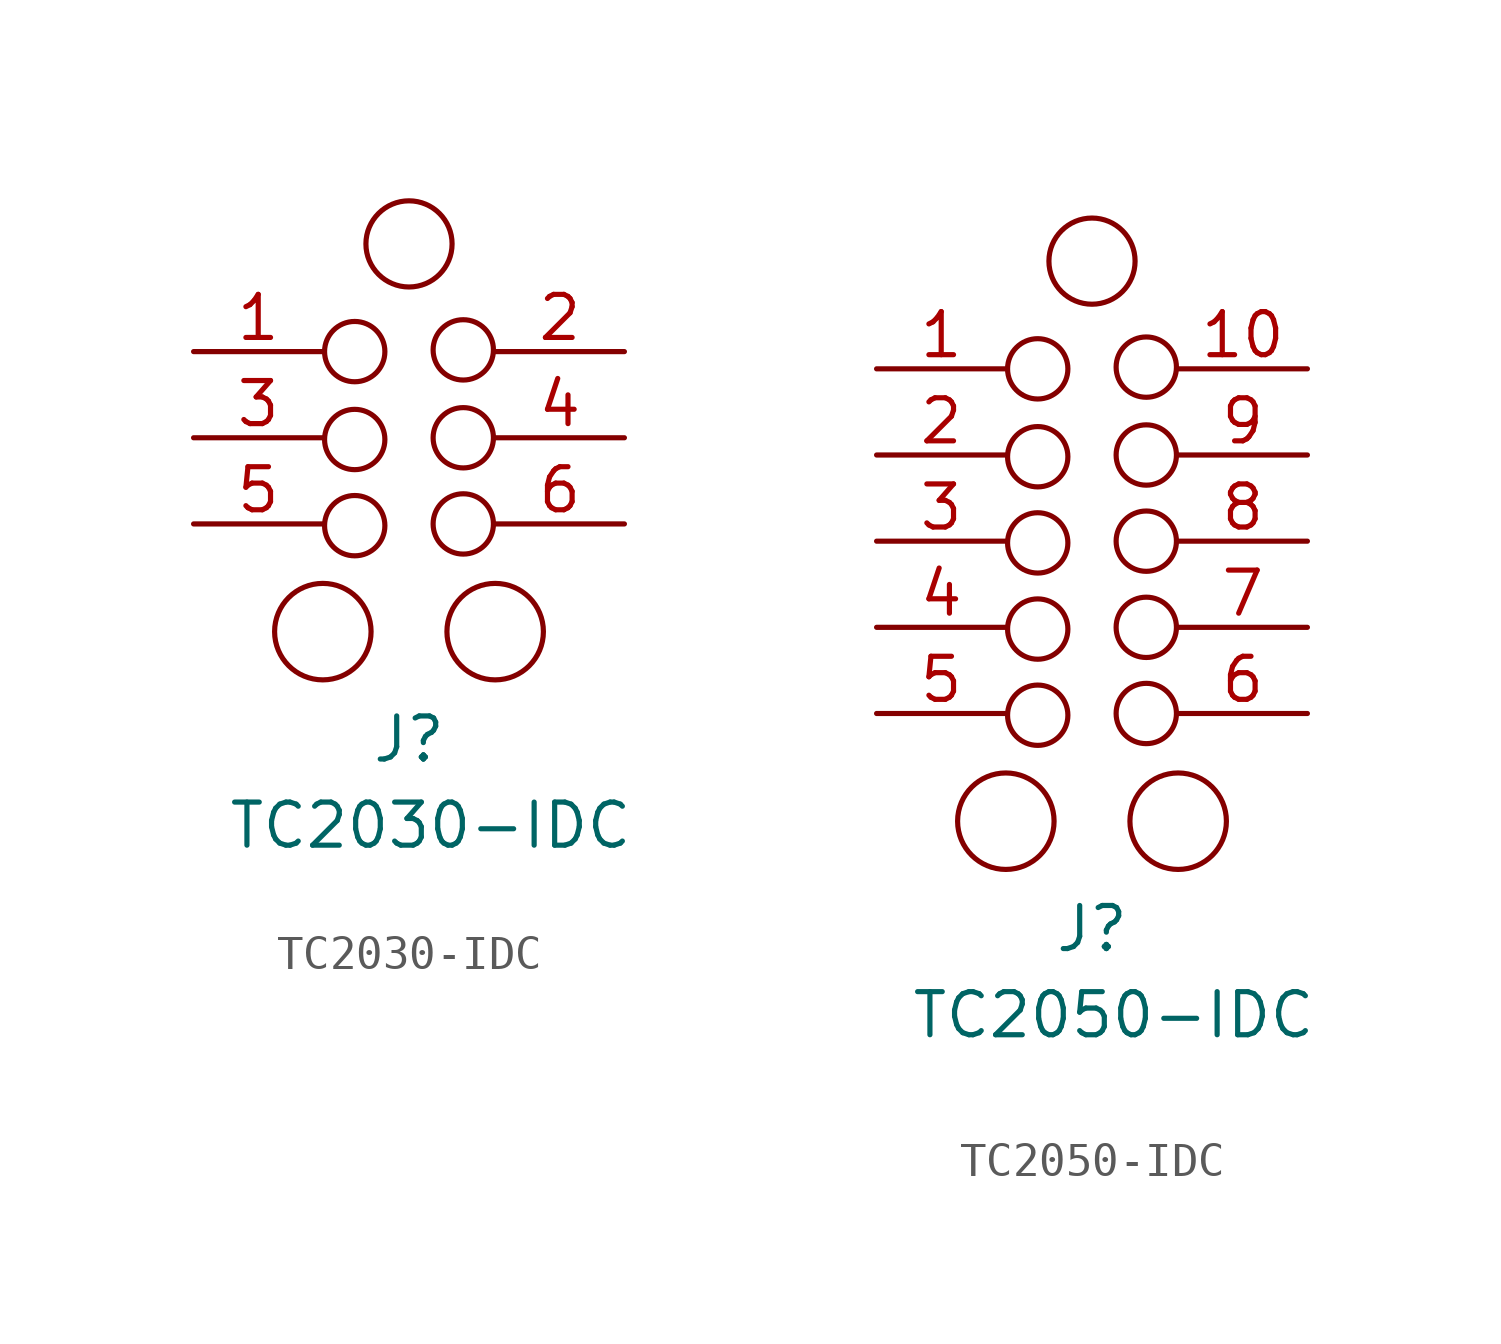
<source format=kicad_sym>
(kicad_symbol_lib
  (version 20211014)
  (generator kicad_symbol_editor)
  (symbol "TC2030-IDC"
    (pin_names
      (offset 1.016) hide)
    (property "Reference" "J"
      (at 0 -8.89 0)
      (effects (font (size 1.27 1.27))))
    (property "Value" "TC2030-IDC"
      (at 0.635 -11.43 0)
      (effects (font (size 1.27 1.27))))
    (symbol "TC2030-IDC_0_1"
      (circle (center -2.54 -5.715) (radius 1.422) (stroke (width 0) (type default) (color 0 0 0 0)) (fill (type none)))
      (circle (center -1.6 2.54) (radius 0.889) (stroke (width 0) (type default) (color 0 0 0 0)) (fill (type none)))
      (circle (center 0 5.715) (radius 1.27) (stroke (width 0) (type default) (color 0 0 0 0)) (fill (type none))))
    (symbol "TC2030-IDC_1_1"
      (circle (center -1.6 -2.591) (radius 0.889) (stroke (width 0) (type default) (color 0 0 0 0)) (fill (type none)))
      (circle (center -1.6 -0.051) (radius 0.889) (stroke (width 0) (type default) (color 0 0 0 0)) (fill (type none)))
      (circle (center 1.6 -2.54) (radius 0.889) (stroke (width 0) (type default) (color 0 0 0 0)) (fill (type none)))
      (circle (center 1.6 0) (radius 0.889) (stroke (width 0) (type default) (color 0 0 0 0)) (fill (type none)))
      (circle (center 1.6 2.591) (radius 0.889) (stroke (width 0) (type default) (color 0 0 0 0)) (fill (type none)))
      (circle (center 2.54 -5.715) (radius 1.422) (stroke (width 0) (type default) (color 0 0 0 0)) (fill (type none)))
      (pin passive line (at -6.35 2.54 0) (length 3.81) (name "Pin_1" (effects (font (size 1.27 1.27)))) (number "1" (effects (font (size 1.27 1.27)))))
      (pin passive line (at 6.35 2.54 180) (length 3.81) (name "Pin_2" (effects (font (size 1.27 1.27)))) (number "2" (effects (font (size 1.27 1.27)))))
      (pin passive line (at -6.35 0 0) (length 3.81) (name "Pin_3" (effects (font (size 1.27 1.27)))) (number "3" (effects (font (size 1.27 1.27)))))
      (pin passive line (at 6.35 0 180) (length 3.81) (name "Pin_4" (effects (font (size 1.27 1.27)))) (number "4" (effects (font (size 1.27 1.27)))))
      (pin passive line (at -6.35 -2.54 0) (length 3.81) (name "Pin_5" (effects (font (size 1.27 1.27)))) (number "5" (effects (font (size 1.27 1.27)))))
      (pin passive line (at 6.35 -2.54 180) (length 3.81) (name "Pin_6" (effects (font (size 1.27 1.27)))) (number "6" (effects (font (size 1.27 1.27)))))))
  (symbol "TC2050-IDC"
    (pin_names
      (offset 1.016) hide)
    (property "Reference" "J"
      (at 0 -11.43 0)
      (effects (font (size 1.27 1.27))))
    (property "Value" "TC2050-IDC"
      (at 0.635 -13.97 0)
      (effects (font (size 1.27 1.27))))
    (symbol "TC2050-IDC_0_1"
      (circle (center -2.54 -8.255) (radius 1.422) (stroke (width 0) (type default) (color 0 0 0 0)) (fill (type none)))
      (circle (center -1.6 5.08) (radius 0.889) (stroke (width 0) (type default) (color 0 0 0 0)) (fill (type none)))
      (circle (center 0 8.255) (radius 1.27) (stroke (width 0) (type default) (color 0 0 0 0)) (fill (type none))))
    (symbol "TC2050-IDC_1_1"
      (circle (center -1.6 -5.131) (radius 0.889) (stroke (width 0) (type default) (color 0 0 0 0)) (fill (type none)))
      (circle (center -1.6 -2.591) (radius 0.889) (stroke (width 0) (type default) (color 0 0 0 0)) (fill (type none)))
      (circle (center -1.6 -0.051) (radius 0.889) (stroke (width 0) (type default) (color 0 0 0 0)) (fill (type none)))
      (circle (center -1.6 2.489) (radius 0.889) (stroke (width 0) (type default) (color 0 0 0 0)) (fill (type none)))
      (circle (center 1.6 -5.08) (radius 0.889) (stroke (width 0) (type default) (color 0 0 0 0)) (fill (type none)))
      (circle (center 1.6 -2.54) (radius 0.889) (stroke (width 0) (type default) (color 0 0 0 0)) (fill (type none)))
      (circle (center 1.6 0) (radius 0.889) (stroke (width 0) (type default) (color 0 0 0 0)) (fill (type none)))
      (circle (center 1.6 2.54) (radius 0.889) (stroke (width 0) (type default) (color 0 0 0 0)) (fill (type none)))
      (circle (center 1.6 5.131) (radius 0.889) (stroke (width 0) (type default) (color 0 0 0 0)) (fill (type none)))
      (circle (center 2.54 -8.255) (radius 1.422) (stroke (width 0) (type default) (color 0 0 0 0)) (fill (type none)))
      (pin passive line (at -6.35 5.08 0) (length 3.81) (name "Pin_1" (effects (font (size 1.27 1.27)))) (number "1" (effects (font (size 1.27 1.27)))))
      (pin passive line (at 6.35 5.08 180) (length 3.81) (name "Pin_10" (effects (font (size 1.27 1.27)))) (number "10" (effects (font (size 1.27 1.27)))))
      (pin passive line (at -6.35 2.54 0) (length 3.81) (name "Pin_2" (effects (font (size 1.27 1.27)))) (number "2" (effects (font (size 1.27 1.27)))))
      (pin passive line (at -6.35 0 0) (length 3.81) (name "Pin_3" (effects (font (size 1.27 1.27)))) (number "3" (effects (font (size 1.27 1.27)))))
      (pin passive line (at -6.35 -2.54 0) (length 3.81) (name "Pin_4" (effects (font (size 1.27 1.27)))) (number "4" (effects (font (size 1.27 1.27)))))
      (pin passive line (at -6.35 -5.08 0) (length 3.81) (name "Pin_5" (effects (font (size 1.27 1.27)))) (number "5" (effects (font (size 1.27 1.27)))))
      (pin passive line (at 6.35 -5.08 180) (length 3.81) (name "Pin_6" (effects (font (size 1.27 1.27)))) (number "6" (effects (font (size 1.27 1.27)))))
      (pin passive line (at 6.35 -2.54 180) (length 3.81) (name "Pin_7" (effects (font (size 1.27 1.27)))) (number "7" (effects (font (size 1.27 1.27)))))
      (pin passive line (at 6.35 0 180) (length 3.81) (name "Pin_8" (effects (font (size 1.27 1.27)))) (number "8" (effects (font (size 1.27 1.27)))))
      (pin passive line (at 6.35 2.54 180) (length 3.81) (name "Pin_9" (effects (font (size 1.27 1.27)))) (number "9" (effects (font (size 1.27 1.27))))))))
</source>
